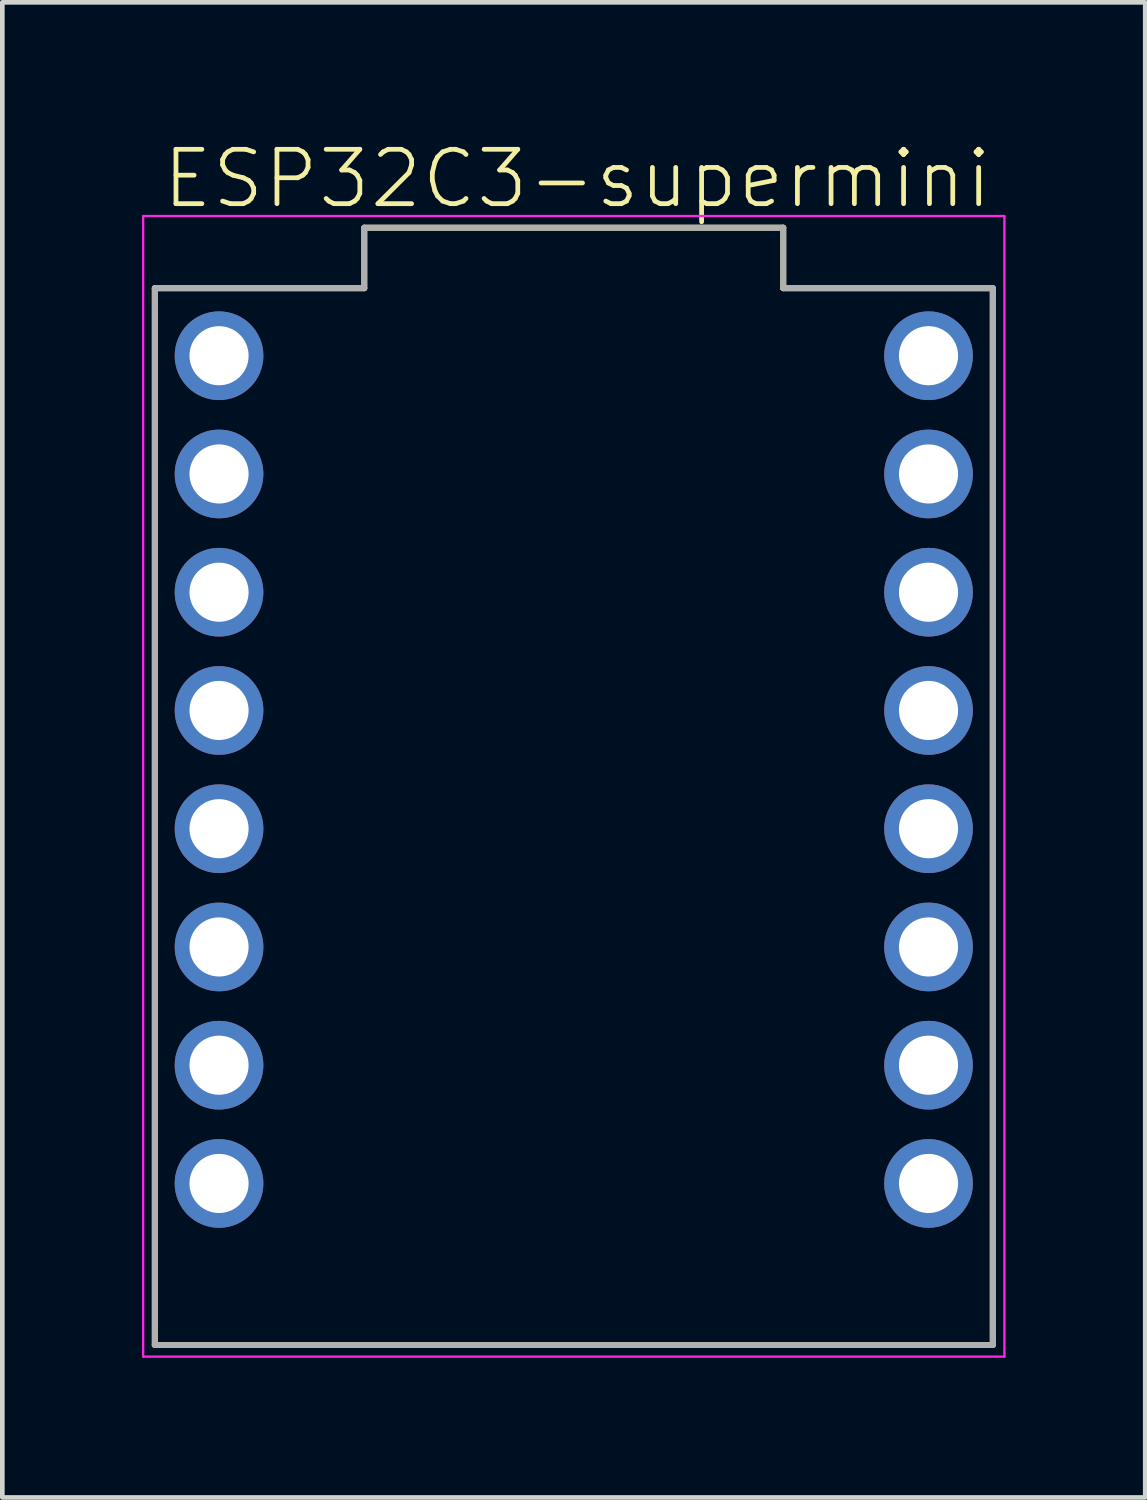
<source format=kicad_pcb>
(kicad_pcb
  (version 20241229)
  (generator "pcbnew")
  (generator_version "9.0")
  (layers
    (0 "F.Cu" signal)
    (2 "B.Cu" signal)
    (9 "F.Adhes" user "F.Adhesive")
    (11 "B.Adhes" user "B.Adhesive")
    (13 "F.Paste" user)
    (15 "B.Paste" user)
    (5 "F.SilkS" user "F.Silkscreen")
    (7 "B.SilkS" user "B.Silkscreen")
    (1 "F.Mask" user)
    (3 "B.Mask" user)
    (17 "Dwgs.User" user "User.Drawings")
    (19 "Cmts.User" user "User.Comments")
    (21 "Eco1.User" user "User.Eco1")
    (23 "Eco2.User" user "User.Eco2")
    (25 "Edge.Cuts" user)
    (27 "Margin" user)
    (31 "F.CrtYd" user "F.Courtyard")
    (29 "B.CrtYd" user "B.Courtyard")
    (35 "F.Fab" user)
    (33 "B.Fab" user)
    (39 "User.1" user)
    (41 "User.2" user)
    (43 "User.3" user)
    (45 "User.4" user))
  (footprint "ESP32C3-supermini"
    (layer "F.Cu")
    (at 9.275 14.491)
    (property "Reference" "ESP32C3-supermini" (at -8.89 -13.018 0) (unlocked yes) (layer "F.SilkS") (effects (font (size 1.168 1.168) (thickness 0.102)) (justify left bottom)))
    (attr through_hole)
    (fp_line (start -9 11.35) (end -9 -11.35) (stroke (width 0.127) (type solid)) (layer "F.SilkS"))
    (fp_line (start -4.5 -12.65) (end -4.5 -11.35) (stroke (width 0.127) (type solid)) (layer "F.SilkS"))
    (fp_line (start -4.5 -11.35) (end -9 -11.35) (stroke (width 0.127) (type solid)) (layer "F.SilkS"))
    (fp_line (start 4.5 -12.65) (end -4.5 -12.65) (stroke (width 0.127) (type solid)) (layer "F.SilkS"))
    (fp_line (start 4.5 -12.65) (end 4.5 -11.35) (stroke (width 0.127) (type solid)) (layer "F.SilkS"))
    (fp_line (start 9 -11.35) (end 4.5 -11.35) (stroke (width 0.127) (type solid)) (layer "F.SilkS"))
    (fp_line (start 9 11.35) (end -9 11.35) (stroke (width 0.127) (type solid)) (layer "F.SilkS"))
    (fp_line (start 9 11.35) (end 9 -11.35) (stroke (width 0.127) (type solid)) (layer "F.SilkS"))
    (fp_line (start -9.25 -12.9) (end 9.25 -12.9) (stroke (width 0.05) (type solid)) (layer "F.CrtYd"))
    (fp_line (start -9.25 11.6) (end -9.25 -12.9) (stroke (width 0.05) (type solid)) (layer "F.CrtYd"))
    (fp_line (start 9.25 -12.9) (end 9.25 11.6) (stroke (width 0.05) (type solid)) (layer "F.CrtYd"))
    (fp_line (start 9.25 11.6) (end -9.25 11.6) (stroke (width 0.05) (type solid)) (layer "F.CrtYd"))
    (fp_line (start -9 11.35) (end -9 -11.35) (stroke (width 0.127) (type solid)) (layer "F.Fab"))
    (fp_line (start -4.5 -12.65) (end -4.5 -11.35) (stroke (width 0.127) (type solid)) (layer "F.Fab"))
    (fp_line (start -4.5 -11.35) (end -9 -11.35) (stroke (width 0.127) (type solid)) (layer "F.Fab"))
    (fp_line (start 4.5 -12.65) (end -4.5 -12.65) (stroke (width 0.127) (type solid)) (layer "F.Fab"))
    (fp_line (start 4.5 -12.65) (end 4.5 -11.35) (stroke (width 0.127) (type solid)) (layer "F.Fab"))
    (fp_line (start 9 -11.35) (end 4.5 -11.35) (stroke (width 0.127) (type solid)) (layer "F.Fab"))
    (fp_line (start 9 11.35) (end -9 11.35) (stroke (width 0.127) (type solid)) (layer "F.Fab"))
    (fp_line (start 9 11.35) (end 9 -11.35) (stroke (width 0.127) (type solid)) (layer "F.Fab"))
    (pad "0" thru_hole circle (at 7.62 7.88) (size 1.905 1.905) (drill 1.27) (layers "*.Cu" "*.Mask"))
    (pad "1" thru_hole circle (at 7.62 5.34) (size 1.905 1.905) (drill 1.27) (layers "*.Cu" "*.Mask"))
    (pad "2" thru_hole circle (at 7.62 2.8) (size 1.905 1.905) (drill 1.27) (layers "*.Cu" "*.Mask"))
    (pad "3" thru_hole circle (at 7.62 0.26) (size 1.905 1.905) (drill 1.27) (layers "*.Cu" "*.Mask"))
    (pad "4" thru_hole circle (at 7.62 -2.28) (size 1.905 1.905) (drill 1.27) (layers "*.Cu" "*.Mask"))
    (pad "5" thru_hole circle (at -7.62 -9.9) (size 1.905 1.905) (drill 1.27) (layers "*.Cu" "*.Mask"))
    (pad "6" thru_hole circle (at -7.62 -7.36) (size 1.905 1.905) (drill 1.27) (layers "*.Cu" "*.Mask"))
    (pad "7" thru_hole circle (at -7.62 -4.82) (size 1.905 1.905) (drill 1.27) (layers "*.Cu" "*.Mask"))
    (pad "8" thru_hole circle (at -7.62 -2.28) (size 1.905 1.905) (drill 1.27) (layers "*.Cu" "*.Mask"))
    (pad "9" thru_hole circle (at -7.62 0.26) (size 1.905 1.905) (drill 1.27) (layers "*.Cu" "*.Mask"))
    (pad "10" thru_hole circle (at -7.62 2.8) (size 1.905 1.905) (drill 1.27) (layers "*.Cu" "*.Mask"))
    (pad "20" thru_hole circle (at -7.62 5.34) (size 1.905 1.905) (drill 1.27) (layers "*.Cu" "*.Mask"))
    (pad "21" thru_hole circle (at -7.62 7.88) (size 1.905 1.905) (drill 1.27) (layers "*.Cu" "*.Mask"))
    (pad "GND" thru_hole circle (at 7.62 -7.36) (size 1.905 1.905) (drill 1.27) (layers "*.Cu" "*.Mask"))
    (pad "p3V3" thru_hole circle (at 7.62 -4.82) (size 1.905 1.905) (drill 1.27) (layers "*.Cu" "*.Mask"))
    (pad "p5V" thru_hole circle (at 7.62 -9.9) (size 1.905 1.905) (drill 1.27) (layers "*.Cu" "*.Mask")))
  (gr_rect
    (start -3 -3)
    (end 21.55 29.116)
    (stroke (width 0.1) (type default))
    (fill no)
    (layer "Edge.Cuts")))
</source>
